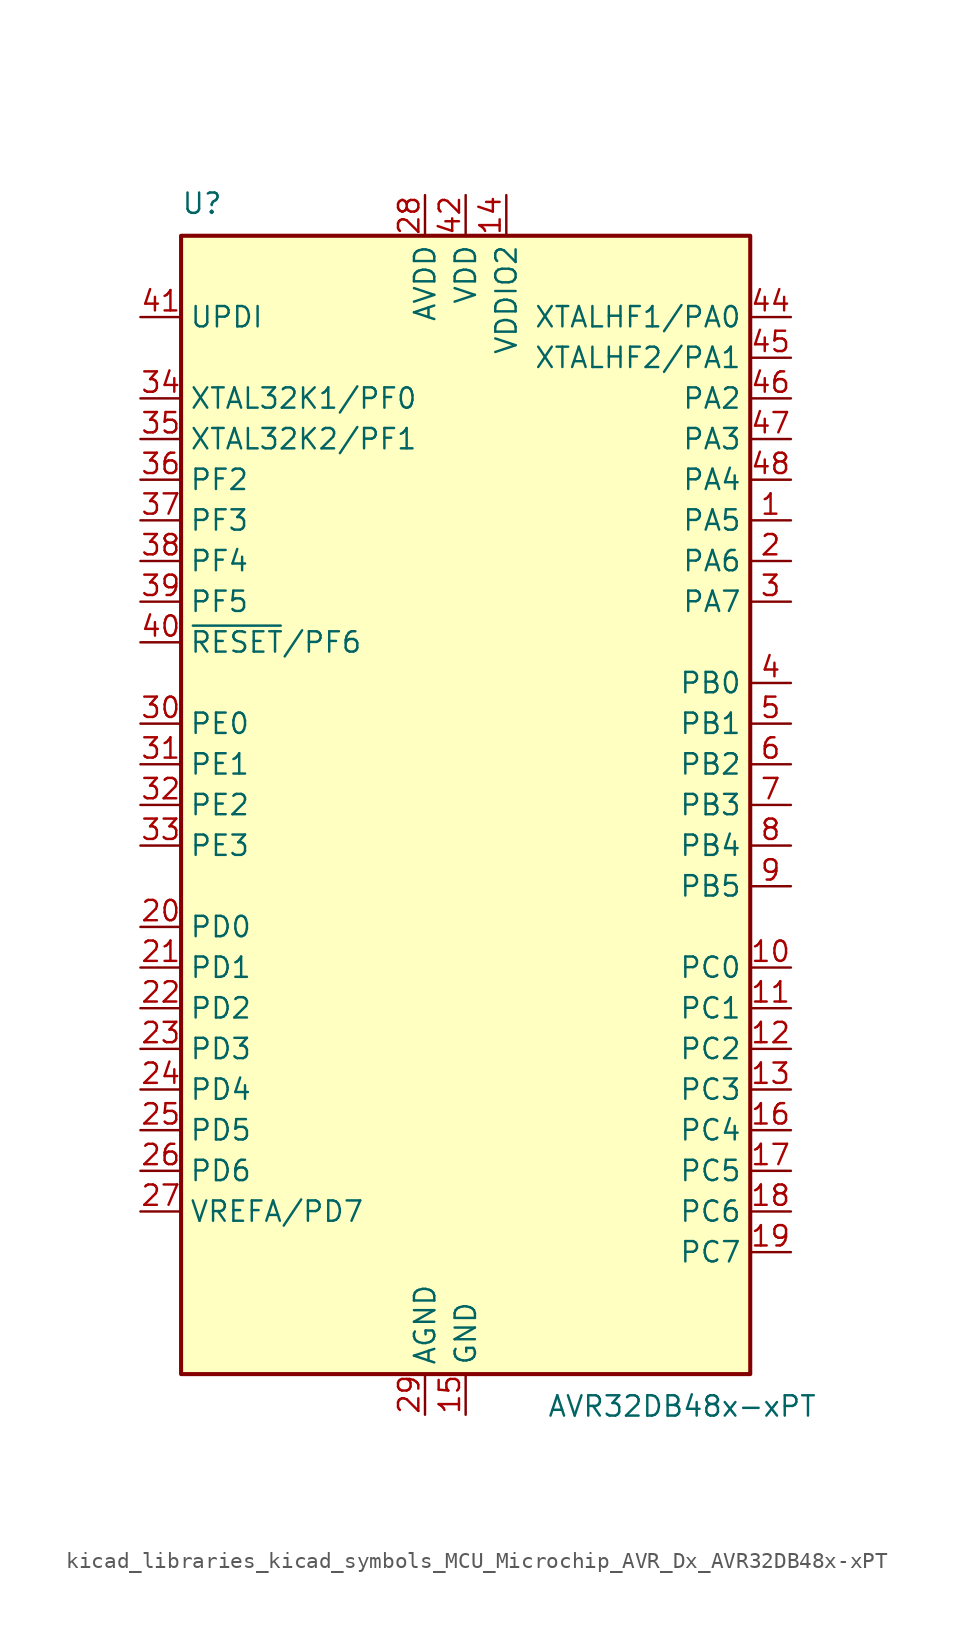
<source format=kicad_sym>
(kicad_symbol_lib
  (version 20220914)
  (generator kicad_symbol_editor)
  (symbol "kicad_libraries_kicad_symbols_MCU_Microchip_AVR_Dx_AVR32DB48x-xPT"
    (property "Reference" "U"
      (at -17.78 36.83 0)
      (effects (font (size 1.27 1.27)) (justify left bottom)))
    (property "Value" "AVR32DB48x-xPT"
      (at 5.08 -36.83 0)
      (effects (font (size 1.27 1.27)) (justify left top)))
    (symbol "kicad_libraries_kicad_symbols_MCU_Microchip_AVR_Dx_AVR32DB48x-xPT_0_1"
      (rectangle (start -17.78 35.56) (end 17.78 -35.56) (stroke (width 0.254) (type default)) (fill (type background))))
    (symbol "kicad_libraries_kicad_symbols_MCU_Microchip_AVR_Dx_AVR32DB48x-xPT_1_1"
      (pin bidirectional line (at 20.32 17.78 180) (length 2.54) (name "PA5" (effects (font (size 1.27 1.27)))) (number "1" (effects (font (size 1.27 1.27)))))
      (pin bidirectional line (at 20.32 -10.16 180) (length 2.54) (name "PC0" (effects (font (size 1.27 1.27)))) (number "10" (effects (font (size 1.27 1.27)))))
      (pin bidirectional line (at 20.32 -12.7 180) (length 2.54) (name "PC1" (effects (font (size 1.27 1.27)))) (number "11" (effects (font (size 1.27 1.27)))))
      (pin bidirectional line (at 20.32 -15.24 180) (length 2.54) (name "PC2" (effects (font (size 1.27 1.27)))) (number "12" (effects (font (size 1.27 1.27)))))
      (pin bidirectional line (at 20.32 -17.78 180) (length 2.54) (name "PC3" (effects (font (size 1.27 1.27)))) (number "13" (effects (font (size 1.27 1.27)))))
      (pin power_in line (at 2.54 38.1 270) (length 2.54) (name "VDDIO2" (effects (font (size 1.27 1.27)))) (number "14" (effects (font (size 1.27 1.27)))))
      (pin power_in line (at 0 -38.1 90) (length 2.54) (name "GND" (effects (font (size 1.27 1.27)))) (number "15" (effects (font (size 1.27 1.27)))))
      (pin bidirectional line (at 20.32 -20.32 180) (length 2.54) (name "PC4" (effects (font (size 1.27 1.27)))) (number "16" (effects (font (size 1.27 1.27)))))
      (pin bidirectional line (at 20.32 -22.86 180) (length 2.54) (name "PC5" (effects (font (size 1.27 1.27)))) (number "17" (effects (font (size 1.27 1.27)))))
      (pin bidirectional line (at 20.32 -25.4 180) (length 2.54) (name "PC6" (effects (font (size 1.27 1.27)))) (number "18" (effects (font (size 1.27 1.27)))))
      (pin bidirectional line (at 20.32 -27.94 180) (length 2.54) (name "PC7" (effects (font (size 1.27 1.27)))) (number "19" (effects (font (size 1.27 1.27)))))
      (pin bidirectional line (at 20.32 15.24 180) (length 2.54) (name "PA6" (effects (font (size 1.27 1.27)))) (number "2" (effects (font (size 1.27 1.27)))))
      (pin bidirectional line (at -20.32 -7.62 0) (length 2.54) (name "PD0" (effects (font (size 1.27 1.27)))) (number "20" (effects (font (size 1.27 1.27)))))
      (pin bidirectional line (at -20.32 -10.16 0) (length 2.54) (name "PD1" (effects (font (size 1.27 1.27)))) (number "21" (effects (font (size 1.27 1.27)))))
      (pin bidirectional line (at -20.32 -12.7 0) (length 2.54) (name "PD2" (effects (font (size 1.27 1.27)))) (number "22" (effects (font (size 1.27 1.27)))))
      (pin bidirectional line (at -20.32 -15.24 0) (length 2.54) (name "PD3" (effects (font (size 1.27 1.27)))) (number "23" (effects (font (size 1.27 1.27)))))
      (pin bidirectional line (at -20.32 -17.78 0) (length 2.54) (name "PD4" (effects (font (size 1.27 1.27)))) (number "24" (effects (font (size 1.27 1.27)))))
      (pin bidirectional line (at -20.32 -20.32 0) (length 2.54) (name "PD5" (effects (font (size 1.27 1.27)))) (number "25" (effects (font (size 1.27 1.27)))))
      (pin bidirectional line (at -20.32 -22.86 0) (length 2.54) (name "PD6" (effects (font (size 1.27 1.27)))) (number "26" (effects (font (size 1.27 1.27)))))
      (pin bidirectional line (at -20.32 -25.4 0) (length 2.54) (name "VREFA/PD7" (effects (font (size 1.27 1.27)))) (number "27" (effects (font (size 1.27 1.27)))))
      (pin power_in line (at -2.54 38.1 270) (length 2.54) (name "AVDD" (effects (font (size 1.27 1.27)))) (number "28" (effects (font (size 1.27 1.27)))))
      (pin power_in line (at -2.54 -38.1 90) (length 2.54) (name "AGND" (effects (font (size 1.27 1.27)))) (number "29" (effects (font (size 1.27 1.27)))))
      (pin bidirectional line (at 20.32 12.7 180) (length 2.54) (name "PA7" (effects (font (size 1.27 1.27)))) (number "3" (effects (font (size 1.27 1.27)))))
      (pin bidirectional line (at -20.32 5.08 0) (length 2.54) (name "PE0" (effects (font (size 1.27 1.27)))) (number "30" (effects (font (size 1.27 1.27)))))
      (pin bidirectional line (at -20.32 2.54 0) (length 2.54) (name "PE1" (effects (font (size 1.27 1.27)))) (number "31" (effects (font (size 1.27 1.27)))))
      (pin bidirectional line (at -20.32 0 0) (length 2.54) (name "PE2" (effects (font (size 1.27 1.27)))) (number "32" (effects (font (size 1.27 1.27)))))
      (pin bidirectional line (at -20.32 -2.54 0) (length 2.54) (name "PE3" (effects (font (size 1.27 1.27)))) (number "33" (effects (font (size 1.27 1.27)))))
      (pin bidirectional line (at -20.32 25.4 0) (length 2.54) (name "XTAL32K1/PF0" (effects (font (size 1.27 1.27)))) (number "34" (effects (font (size 1.27 1.27)))))
      (pin bidirectional line (at -20.32 22.86 0) (length 2.54) (name "XTAL32K2/PF1" (effects (font (size 1.27 1.27)))) (number "35" (effects (font (size 1.27 1.27)))))
      (pin bidirectional line (at -20.32 20.32 0) (length 2.54) (name "PF2" (effects (font (size 1.27 1.27)))) (number "36" (effects (font (size 1.27 1.27)))))
      (pin bidirectional line (at -20.32 17.78 0) (length 2.54) (name "PF3" (effects (font (size 1.27 1.27)))) (number "37" (effects (font (size 1.27 1.27)))))
      (pin bidirectional line (at -20.32 15.24 0) (length 2.54) (name "PF4" (effects (font (size 1.27 1.27)))) (number "38" (effects (font (size 1.27 1.27)))))
      (pin bidirectional line (at -20.32 12.7 0) (length 2.54) (name "PF5" (effects (font (size 1.27 1.27)))) (number "39" (effects (font (size 1.27 1.27)))))
      (pin bidirectional line (at 20.32 7.62 180) (length 2.54) (name "PB0" (effects (font (size 1.27 1.27)))) (number "4" (effects (font (size 1.27 1.27)))))
      (pin bidirectional line (at -20.32 10.16 0) (length 2.54) (name "~{RESET}/PF6" (effects (font (size 1.27 1.27)))) (number "40" (effects (font (size 1.27 1.27)))))
      (pin input line (at -20.32 30.48 0) (length 2.54) (name "UPDI" (effects (font (size 1.27 1.27)))) (number "41" (effects (font (size 1.27 1.27)))))
      (pin power_in line (at 0 38.1 270) (length 2.54) (name "VDD" (effects (font (size 1.27 1.27)))) (number "42" (effects (font (size 1.27 1.27)))))
      (pin passive line (at 0 -38.1 90) (length 2.54) hide (name "GND" (effects (font (size 1.27 1.27)))) (number "43" (effects (font (size 1.27 1.27)))))
      (pin bidirectional line (at 20.32 30.48 180) (length 2.54) (name "XTALHF1/PA0" (effects (font (size 1.27 1.27)))) (number "44" (effects (font (size 1.27 1.27)))))
      (pin bidirectional line (at 20.32 27.94 180) (length 2.54) (name "XTALHF2/PA1" (effects (font (size 1.27 1.27)))) (number "45" (effects (font (size 1.27 1.27)))))
      (pin bidirectional line (at 20.32 25.4 180) (length 2.54) (name "PA2" (effects (font (size 1.27 1.27)))) (number "46" (effects (font (size 1.27 1.27)))))
      (pin bidirectional line (at 20.32 22.86 180) (length 2.54) (name "PA3" (effects (font (size 1.27 1.27)))) (number "47" (effects (font (size 1.27 1.27)))))
      (pin bidirectional line (at 20.32 20.32 180) (length 2.54) (name "PA4" (effects (font (size 1.27 1.27)))) (number "48" (effects (font (size 1.27 1.27)))))
      (pin bidirectional line (at 20.32 5.08 180) (length 2.54) (name "PB1" (effects (font (size 1.27 1.27)))) (number "5" (effects (font (size 1.27 1.27)))))
      (pin bidirectional line (at 20.32 2.54 180) (length 2.54) (name "PB2" (effects (font (size 1.27 1.27)))) (number "6" (effects (font (size 1.27 1.27)))))
      (pin bidirectional line (at 20.32 0 180) (length 2.54) (name "PB3" (effects (font (size 1.27 1.27)))) (number "7" (effects (font (size 1.27 1.27)))))
      (pin bidirectional line (at 20.32 -2.54 180) (length 2.54) (name "PB4" (effects (font (size 1.27 1.27)))) (number "8" (effects (font (size 1.27 1.27)))))
      (pin bidirectional line (at 20.32 -5.08 180) (length 2.54) (name "PB5" (effects (font (size 1.27 1.27)))) (number "9" (effects (font (size 1.27 1.27))))))))
</source>
